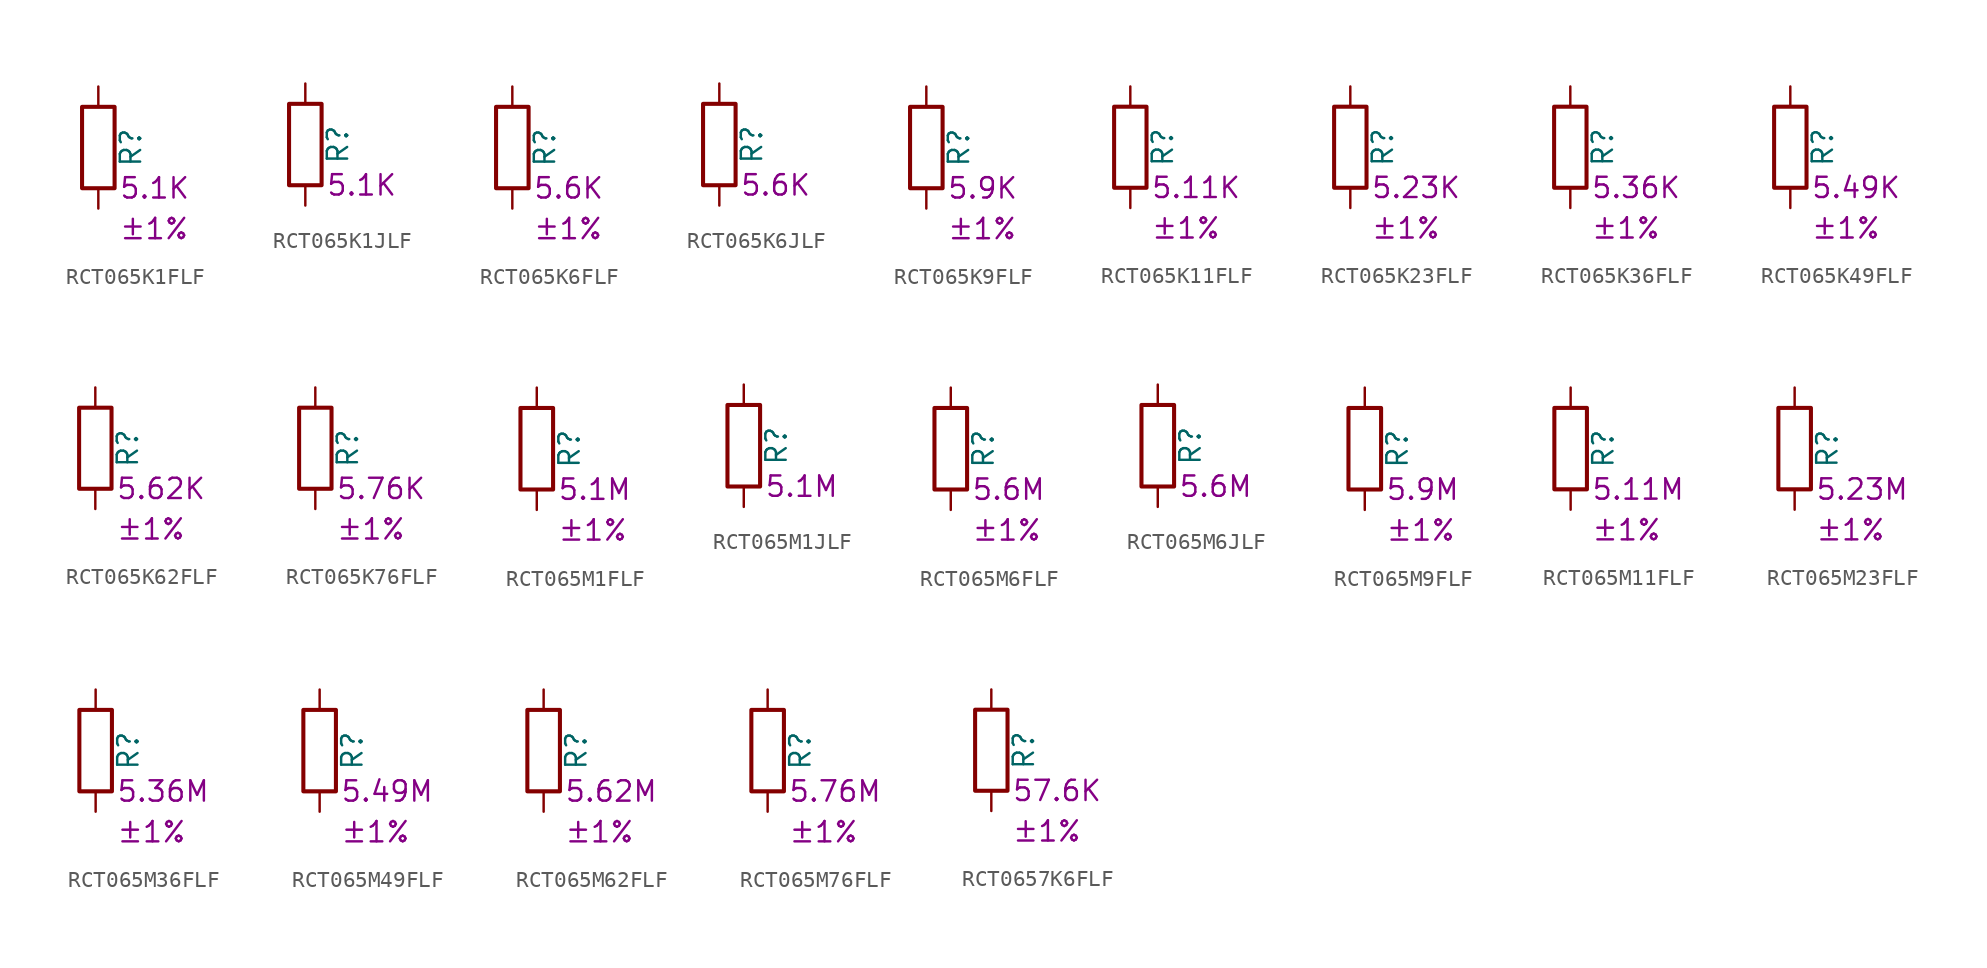
<source format=kicad_sym>
(kicad_symbol_lib
  (version 20220914)
  (generator kicad_symbol_editor)
  (symbol "RCT065K1FLF"
    (pin_numbers hide)
    (pin_names
      (offset 0))
    (property "Reference" "R"
      (at 2.032 0 90)
      (effects (font (size 1.27 1.27))))
    (property "Resistance" "5.1K"
      (at 1.27 -2.54 0)
      (effects (font (size 1.27 1.27)) (justify left)))
    (property "Tolerance" "±1%"
      (at 1.27 -5.08 0)
      (effects (font (size 1.27 1.27)) (justify left)))
    (symbol "RCT065K1FLF_0_1"
      (rectangle (start -1.016 -2.54) (end 1.016 2.54) (stroke (width 0.254) (type default)) (fill (type none))))
    (symbol "RCT065K1FLF_1_1"
      (pin passive line (at 0 3.81 270) (length 1.27) (name "~" (effects (font (size 1.27 1.27)))) (number "1" (effects (font (size 1.27 1.27)))))
      (pin passive line (at 0 -3.81 90) (length 1.27) (name "~" (effects (font (size 1.27 1.27)))) (number "2" (effects (font (size 1.27 1.27)))))))
  (symbol "RCT065K1JLF"
    (pin_numbers hide)
    (pin_names
      (offset 0))
    (property "Reference" "R"
      (at 2.032 0 90)
      (effects (font (size 1.27 1.27))))
    (property "Resistance" "5.1K"
      (at 1.27 -2.54 0)
      (effects (font (size 1.27 1.27)) (justify left)))
    (symbol "RCT065K1JLF_0_1"
      (rectangle (start -1.016 -2.54) (end 1.016 2.54) (stroke (width 0.254) (type default)) (fill (type none))))
    (symbol "RCT065K1JLF_1_1"
      (pin passive line (at 0 3.81 270) (length 1.27) (name "~" (effects (font (size 1.27 1.27)))) (number "1" (effects (font (size 1.27 1.27)))))
      (pin passive line (at 0 -3.81 90) (length 1.27) (name "~" (effects (font (size 1.27 1.27)))) (number "2" (effects (font (size 1.27 1.27)))))))
  (symbol "RCT065K6FLF"
    (pin_numbers hide)
    (pin_names
      (offset 0))
    (property "Reference" "R"
      (at 2.032 0 90)
      (effects (font (size 1.27 1.27))))
    (property "Resistance" "5.6K"
      (at 1.27 -2.54 0)
      (effects (font (size 1.27 1.27)) (justify left)))
    (property "Tolerance" "±1%"
      (at 1.27 -5.08 0)
      (effects (font (size 1.27 1.27)) (justify left)))
    (symbol "RCT065K6FLF_0_1"
      (rectangle (start -1.016 -2.54) (end 1.016 2.54) (stroke (width 0.254) (type default)) (fill (type none))))
    (symbol "RCT065K6FLF_1_1"
      (pin passive line (at 0 3.81 270) (length 1.27) (name "~" (effects (font (size 1.27 1.27)))) (number "1" (effects (font (size 1.27 1.27)))))
      (pin passive line (at 0 -3.81 90) (length 1.27) (name "~" (effects (font (size 1.27 1.27)))) (number "2" (effects (font (size 1.27 1.27)))))))
  (symbol "RCT065K6JLF"
    (pin_numbers hide)
    (pin_names
      (offset 0))
    (property "Reference" "R"
      (at 2.032 0 90)
      (effects (font (size 1.27 1.27))))
    (property "Resistance" "5.6K"
      (at 1.27 -2.54 0)
      (effects (font (size 1.27 1.27)) (justify left)))
    (symbol "RCT065K6JLF_0_1"
      (rectangle (start -1.016 -2.54) (end 1.016 2.54) (stroke (width 0.254) (type default)) (fill (type none))))
    (symbol "RCT065K6JLF_1_1"
      (pin passive line (at 0 3.81 270) (length 1.27) (name "~" (effects (font (size 1.27 1.27)))) (number "1" (effects (font (size 1.27 1.27)))))
      (pin passive line (at 0 -3.81 90) (length 1.27) (name "~" (effects (font (size 1.27 1.27)))) (number "2" (effects (font (size 1.27 1.27)))))))
  (symbol "RCT065K9FLF"
    (pin_numbers hide)
    (pin_names
      (offset 0))
    (property "Reference" "R"
      (at 2.032 0 90)
      (effects (font (size 1.27 1.27))))
    (property "Resistance" "5.9K"
      (at 1.27 -2.54 0)
      (effects (font (size 1.27 1.27)) (justify left)))
    (property "Tolerance" "±1%"
      (at 1.27 -5.08 0)
      (effects (font (size 1.27 1.27)) (justify left)))
    (symbol "RCT065K9FLF_0_1"
      (rectangle (start -1.016 -2.54) (end 1.016 2.54) (stroke (width 0.254) (type default)) (fill (type none))))
    (symbol "RCT065K9FLF_1_1"
      (pin passive line (at 0 3.81 270) (length 1.27) (name "~" (effects (font (size 1.27 1.27)))) (number "1" (effects (font (size 1.27 1.27)))))
      (pin passive line (at 0 -3.81 90) (length 1.27) (name "~" (effects (font (size 1.27 1.27)))) (number "2" (effects (font (size 1.27 1.27)))))))
  (symbol "RCT065K11FLF"
    (pin_numbers hide)
    (pin_names
      (offset 0))
    (property "Reference" "R"
      (at 2.032 0 90)
      (effects (font (size 1.27 1.27))))
    (property "Resistance" "5.11K"
      (at 1.27 -2.54 0)
      (effects (font (size 1.27 1.27)) (justify left)))
    (property "Tolerance" "±1%"
      (at 1.27 -5.08 0)
      (effects (font (size 1.27 1.27)) (justify left)))
    (symbol "RCT065K11FLF_0_1"
      (rectangle (start -1.016 -2.54) (end 1.016 2.54) (stroke (width 0.254) (type default)) (fill (type none))))
    (symbol "RCT065K11FLF_1_1"
      (pin passive line (at 0 3.81 270) (length 1.27) (name "~" (effects (font (size 1.27 1.27)))) (number "1" (effects (font (size 1.27 1.27)))))
      (pin passive line (at 0 -3.81 90) (length 1.27) (name "~" (effects (font (size 1.27 1.27)))) (number "2" (effects (font (size 1.27 1.27)))))))
  (symbol "RCT065K23FLF"
    (pin_numbers hide)
    (pin_names
      (offset 0))
    (property "Reference" "R"
      (at 2.032 0 90)
      (effects (font (size 1.27 1.27))))
    (property "Resistance" "5.23K"
      (at 1.27 -2.54 0)
      (effects (font (size 1.27 1.27)) (justify left)))
    (property "Tolerance" "±1%"
      (at 1.27 -5.08 0)
      (effects (font (size 1.27 1.27)) (justify left)))
    (symbol "RCT065K23FLF_0_1"
      (rectangle (start -1.016 -2.54) (end 1.016 2.54) (stroke (width 0.254) (type default)) (fill (type none))))
    (symbol "RCT065K23FLF_1_1"
      (pin passive line (at 0 3.81 270) (length 1.27) (name "~" (effects (font (size 1.27 1.27)))) (number "1" (effects (font (size 1.27 1.27)))))
      (pin passive line (at 0 -3.81 90) (length 1.27) (name "~" (effects (font (size 1.27 1.27)))) (number "2" (effects (font (size 1.27 1.27)))))))
  (symbol "RCT065K36FLF"
    (pin_numbers hide)
    (pin_names
      (offset 0))
    (property "Reference" "R"
      (at 2.032 0 90)
      (effects (font (size 1.27 1.27))))
    (property "Resistance" "5.36K"
      (at 1.27 -2.54 0)
      (effects (font (size 1.27 1.27)) (justify left)))
    (property "Tolerance" "±1%"
      (at 1.27 -5.08 0)
      (effects (font (size 1.27 1.27)) (justify left)))
    (symbol "RCT065K36FLF_0_1"
      (rectangle (start -1.016 -2.54) (end 1.016 2.54) (stroke (width 0.254) (type default)) (fill (type none))))
    (symbol "RCT065K36FLF_1_1"
      (pin passive line (at 0 3.81 270) (length 1.27) (name "~" (effects (font (size 1.27 1.27)))) (number "1" (effects (font (size 1.27 1.27)))))
      (pin passive line (at 0 -3.81 90) (length 1.27) (name "~" (effects (font (size 1.27 1.27)))) (number "2" (effects (font (size 1.27 1.27)))))))
  (symbol "RCT065K49FLF"
    (pin_numbers hide)
    (pin_names
      (offset 0))
    (property "Reference" "R"
      (at 2.032 0 90)
      (effects (font (size 1.27 1.27))))
    (property "Resistance" "5.49K"
      (at 1.27 -2.54 0)
      (effects (font (size 1.27 1.27)) (justify left)))
    (property "Tolerance" "±1%"
      (at 1.27 -5.08 0)
      (effects (font (size 1.27 1.27)) (justify left)))
    (symbol "RCT065K49FLF_0_1"
      (rectangle (start -1.016 -2.54) (end 1.016 2.54) (stroke (width 0.254) (type default)) (fill (type none))))
    (symbol "RCT065K49FLF_1_1"
      (pin passive line (at 0 3.81 270) (length 1.27) (name "~" (effects (font (size 1.27 1.27)))) (number "1" (effects (font (size 1.27 1.27)))))
      (pin passive line (at 0 -3.81 90) (length 1.27) (name "~" (effects (font (size 1.27 1.27)))) (number "2" (effects (font (size 1.27 1.27)))))))
  (symbol "RCT065K62FLF"
    (pin_numbers hide)
    (pin_names
      (offset 0))
    (property "Reference" "R"
      (at 2.032 0 90)
      (effects (font (size 1.27 1.27))))
    (property "Resistance" "5.62K"
      (at 1.27 -2.54 0)
      (effects (font (size 1.27 1.27)) (justify left)))
    (property "Tolerance" "±1%"
      (at 1.27 -5.08 0)
      (effects (font (size 1.27 1.27)) (justify left)))
    (symbol "RCT065K62FLF_0_1"
      (rectangle (start -1.016 -2.54) (end 1.016 2.54) (stroke (width 0.254) (type default)) (fill (type none))))
    (symbol "RCT065K62FLF_1_1"
      (pin passive line (at 0 3.81 270) (length 1.27) (name "~" (effects (font (size 1.27 1.27)))) (number "1" (effects (font (size 1.27 1.27)))))
      (pin passive line (at 0 -3.81 90) (length 1.27) (name "~" (effects (font (size 1.27 1.27)))) (number "2" (effects (font (size 1.27 1.27)))))))
  (symbol "RCT065K76FLF"
    (pin_numbers hide)
    (pin_names
      (offset 0))
    (property "Reference" "R"
      (at 2.032 0 90)
      (effects (font (size 1.27 1.27))))
    (property "Resistance" "5.76K"
      (at 1.27 -2.54 0)
      (effects (font (size 1.27 1.27)) (justify left)))
    (property "Tolerance" "±1%"
      (at 1.27 -5.08 0)
      (effects (font (size 1.27 1.27)) (justify left)))
    (symbol "RCT065K76FLF_0_1"
      (rectangle (start -1.016 -2.54) (end 1.016 2.54) (stroke (width 0.254) (type default)) (fill (type none))))
    (symbol "RCT065K76FLF_1_1"
      (pin passive line (at 0 3.81 270) (length 1.27) (name "~" (effects (font (size 1.27 1.27)))) (number "1" (effects (font (size 1.27 1.27)))))
      (pin passive line (at 0 -3.81 90) (length 1.27) (name "~" (effects (font (size 1.27 1.27)))) (number "2" (effects (font (size 1.27 1.27)))))))
  (symbol "RCT065M1FLF"
    (pin_numbers hide)
    (pin_names
      (offset 0))
    (property "Reference" "R"
      (at 2.032 0 90)
      (effects (font (size 1.27 1.27))))
    (property "Resistance" "5.1M"
      (at 1.27 -2.54 0)
      (effects (font (size 1.27 1.27)) (justify left)))
    (property "Tolerance" "±1%"
      (at 1.27 -5.08 0)
      (effects (font (size 1.27 1.27)) (justify left)))
    (symbol "RCT065M1FLF_0_1"
      (rectangle (start -1.016 -2.54) (end 1.016 2.54) (stroke (width 0.254) (type default)) (fill (type none))))
    (symbol "RCT065M1FLF_1_1"
      (pin passive line (at 0 3.81 270) (length 1.27) (name "~" (effects (font (size 1.27 1.27)))) (number "1" (effects (font (size 1.27 1.27)))))
      (pin passive line (at 0 -3.81 90) (length 1.27) (name "~" (effects (font (size 1.27 1.27)))) (number "2" (effects (font (size 1.27 1.27)))))))
  (symbol "RCT065M1JLF"
    (pin_numbers hide)
    (pin_names
      (offset 0))
    (property "Reference" "R"
      (at 2.032 0 90)
      (effects (font (size 1.27 1.27))))
    (property "Resistance" "5.1M"
      (at 1.27 -2.54 0)
      (effects (font (size 1.27 1.27)) (justify left)))
    (symbol "RCT065M1JLF_0_1"
      (rectangle (start -1.016 -2.54) (end 1.016 2.54) (stroke (width 0.254) (type default)) (fill (type none))))
    (symbol "RCT065M1JLF_1_1"
      (pin passive line (at 0 3.81 270) (length 1.27) (name "~" (effects (font (size 1.27 1.27)))) (number "1" (effects (font (size 1.27 1.27)))))
      (pin passive line (at 0 -3.81 90) (length 1.27) (name "~" (effects (font (size 1.27 1.27)))) (number "2" (effects (font (size 1.27 1.27)))))))
  (symbol "RCT065M6FLF"
    (pin_numbers hide)
    (pin_names
      (offset 0))
    (property "Reference" "R"
      (at 2.032 0 90)
      (effects (font (size 1.27 1.27))))
    (property "Resistance" "5.6M"
      (at 1.27 -2.54 0)
      (effects (font (size 1.27 1.27)) (justify left)))
    (property "Tolerance" "±1%"
      (at 1.27 -5.08 0)
      (effects (font (size 1.27 1.27)) (justify left)))
    (symbol "RCT065M6FLF_0_1"
      (rectangle (start -1.016 -2.54) (end 1.016 2.54) (stroke (width 0.254) (type default)) (fill (type none))))
    (symbol "RCT065M6FLF_1_1"
      (pin passive line (at 0 3.81 270) (length 1.27) (name "~" (effects (font (size 1.27 1.27)))) (number "1" (effects (font (size 1.27 1.27)))))
      (pin passive line (at 0 -3.81 90) (length 1.27) (name "~" (effects (font (size 1.27 1.27)))) (number "2" (effects (font (size 1.27 1.27)))))))
  (symbol "RCT065M6JLF"
    (pin_numbers hide)
    (pin_names
      (offset 0))
    (property "Reference" "R"
      (at 2.032 0 90)
      (effects (font (size 1.27 1.27))))
    (property "Resistance" "5.6M"
      (at 1.27 -2.54 0)
      (effects (font (size 1.27 1.27)) (justify left)))
    (symbol "RCT065M6JLF_0_1"
      (rectangle (start -1.016 -2.54) (end 1.016 2.54) (stroke (width 0.254) (type default)) (fill (type none))))
    (symbol "RCT065M6JLF_1_1"
      (pin passive line (at 0 3.81 270) (length 1.27) (name "~" (effects (font (size 1.27 1.27)))) (number "1" (effects (font (size 1.27 1.27)))))
      (pin passive line (at 0 -3.81 90) (length 1.27) (name "~" (effects (font (size 1.27 1.27)))) (number "2" (effects (font (size 1.27 1.27)))))))
  (symbol "RCT065M9FLF"
    (pin_numbers hide)
    (pin_names
      (offset 0))
    (property "Reference" "R"
      (at 2.032 0 90)
      (effects (font (size 1.27 1.27))))
    (property "Resistance" "5.9M"
      (at 1.27 -2.54 0)
      (effects (font (size 1.27 1.27)) (justify left)))
    (property "Tolerance" "±1%"
      (at 1.27 -5.08 0)
      (effects (font (size 1.27 1.27)) (justify left)))
    (symbol "RCT065M9FLF_0_1"
      (rectangle (start -1.016 -2.54) (end 1.016 2.54) (stroke (width 0.254) (type default)) (fill (type none))))
    (symbol "RCT065M9FLF_1_1"
      (pin passive line (at 0 3.81 270) (length 1.27) (name "~" (effects (font (size 1.27 1.27)))) (number "1" (effects (font (size 1.27 1.27)))))
      (pin passive line (at 0 -3.81 90) (length 1.27) (name "~" (effects (font (size 1.27 1.27)))) (number "2" (effects (font (size 1.27 1.27)))))))
  (symbol "RCT065M11FLF"
    (pin_numbers hide)
    (pin_names
      (offset 0))
    (property "Reference" "R"
      (at 2.032 0 90)
      (effects (font (size 1.27 1.27))))
    (property "Resistance" "5.11M"
      (at 1.27 -2.54 0)
      (effects (font (size 1.27 1.27)) (justify left)))
    (property "Tolerance" "±1%"
      (at 1.27 -5.08 0)
      (effects (font (size 1.27 1.27)) (justify left)))
    (symbol "RCT065M11FLF_0_1"
      (rectangle (start -1.016 -2.54) (end 1.016 2.54) (stroke (width 0.254) (type default)) (fill (type none))))
    (symbol "RCT065M11FLF_1_1"
      (pin passive line (at 0 3.81 270) (length 1.27) (name "~" (effects (font (size 1.27 1.27)))) (number "1" (effects (font (size 1.27 1.27)))))
      (pin passive line (at 0 -3.81 90) (length 1.27) (name "~" (effects (font (size 1.27 1.27)))) (number "2" (effects (font (size 1.27 1.27)))))))
  (symbol "RCT065M23FLF"
    (pin_numbers hide)
    (pin_names
      (offset 0))
    (property "Reference" "R"
      (at 2.032 0 90)
      (effects (font (size 1.27 1.27))))
    (property "Resistance" "5.23M"
      (at 1.27 -2.54 0)
      (effects (font (size 1.27 1.27)) (justify left)))
    (property "Tolerance" "±1%"
      (at 1.27 -5.08 0)
      (effects (font (size 1.27 1.27)) (justify left)))
    (symbol "RCT065M23FLF_0_1"
      (rectangle (start -1.016 -2.54) (end 1.016 2.54) (stroke (width 0.254) (type default)) (fill (type none))))
    (symbol "RCT065M23FLF_1_1"
      (pin passive line (at 0 3.81 270) (length 1.27) (name "~" (effects (font (size 1.27 1.27)))) (number "1" (effects (font (size 1.27 1.27)))))
      (pin passive line (at 0 -3.81 90) (length 1.27) (name "~" (effects (font (size 1.27 1.27)))) (number "2" (effects (font (size 1.27 1.27)))))))
  (symbol "RCT065M36FLF"
    (pin_numbers hide)
    (pin_names
      (offset 0))
    (property "Reference" "R"
      (at 2.032 0 90)
      (effects (font (size 1.27 1.27))))
    (property "Resistance" "5.36M"
      (at 1.27 -2.54 0)
      (effects (font (size 1.27 1.27)) (justify left)))
    (property "Tolerance" "±1%"
      (at 1.27 -5.08 0)
      (effects (font (size 1.27 1.27)) (justify left)))
    (symbol "RCT065M36FLF_0_1"
      (rectangle (start -1.016 -2.54) (end 1.016 2.54) (stroke (width 0.254) (type default)) (fill (type none))))
    (symbol "RCT065M36FLF_1_1"
      (pin passive line (at 0 3.81 270) (length 1.27) (name "~" (effects (font (size 1.27 1.27)))) (number "1" (effects (font (size 1.27 1.27)))))
      (pin passive line (at 0 -3.81 90) (length 1.27) (name "~" (effects (font (size 1.27 1.27)))) (number "2" (effects (font (size 1.27 1.27)))))))
  (symbol "RCT065M49FLF"
    (pin_numbers hide)
    (pin_names
      (offset 0))
    (property "Reference" "R"
      (at 2.032 0 90)
      (effects (font (size 1.27 1.27))))
    (property "Resistance" "5.49M"
      (at 1.27 -2.54 0)
      (effects (font (size 1.27 1.27)) (justify left)))
    (property "Tolerance" "±1%"
      (at 1.27 -5.08 0)
      (effects (font (size 1.27 1.27)) (justify left)))
    (symbol "RCT065M49FLF_0_1"
      (rectangle (start -1.016 -2.54) (end 1.016 2.54) (stroke (width 0.254) (type default)) (fill (type none))))
    (symbol "RCT065M49FLF_1_1"
      (pin passive line (at 0 3.81 270) (length 1.27) (name "~" (effects (font (size 1.27 1.27)))) (number "1" (effects (font (size 1.27 1.27)))))
      (pin passive line (at 0 -3.81 90) (length 1.27) (name "~" (effects (font (size 1.27 1.27)))) (number "2" (effects (font (size 1.27 1.27)))))))
  (symbol "RCT065M62FLF"
    (pin_numbers hide)
    (pin_names
      (offset 0))
    (property "Reference" "R"
      (at 2.032 0 90)
      (effects (font (size 1.27 1.27))))
    (property "Resistance" "5.62M"
      (at 1.27 -2.54 0)
      (effects (font (size 1.27 1.27)) (justify left)))
    (property "Tolerance" "±1%"
      (at 1.27 -5.08 0)
      (effects (font (size 1.27 1.27)) (justify left)))
    (symbol "RCT065M62FLF_0_1"
      (rectangle (start -1.016 -2.54) (end 1.016 2.54) (stroke (width 0.254) (type default)) (fill (type none))))
    (symbol "RCT065M62FLF_1_1"
      (pin passive line (at 0 3.81 270) (length 1.27) (name "~" (effects (font (size 1.27 1.27)))) (number "1" (effects (font (size 1.27 1.27)))))
      (pin passive line (at 0 -3.81 90) (length 1.27) (name "~" (effects (font (size 1.27 1.27)))) (number "2" (effects (font (size 1.27 1.27)))))))
  (symbol "RCT065M76FLF"
    (pin_numbers hide)
    (pin_names
      (offset 0))
    (property "Reference" "R"
      (at 2.032 0 90)
      (effects (font (size 1.27 1.27))))
    (property "Resistance" "5.76M"
      (at 1.27 -2.54 0)
      (effects (font (size 1.27 1.27)) (justify left)))
    (property "Tolerance" "±1%"
      (at 1.27 -5.08 0)
      (effects (font (size 1.27 1.27)) (justify left)))
    (symbol "RCT065M76FLF_0_1"
      (rectangle (start -1.016 -2.54) (end 1.016 2.54) (stroke (width 0.254) (type default)) (fill (type none))))
    (symbol "RCT065M76FLF_1_1"
      (pin passive line (at 0 3.81 270) (length 1.27) (name "~" (effects (font (size 1.27 1.27)))) (number "1" (effects (font (size 1.27 1.27)))))
      (pin passive line (at 0 -3.81 90) (length 1.27) (name "~" (effects (font (size 1.27 1.27)))) (number "2" (effects (font (size 1.27 1.27)))))))
  (symbol "RCT0657K6FLF"
    (pin_numbers hide)
    (pin_names
      (offset 0))
    (property "Reference" "R"
      (at 2.032 0 90)
      (effects (font (size 1.27 1.27))))
    (property "Resistance" "57.6K"
      (at 1.27 -2.54 0)
      (effects (font (size 1.27 1.27)) (justify left)))
    (property "Tolerance" "±1%"
      (at 1.27 -5.08 0)
      (effects (font (size 1.27 1.27)) (justify left)))
    (symbol "RCT0657K6FLF_0_1"
      (rectangle (start -1.016 -2.54) (end 1.016 2.54) (stroke (width 0.254) (type default)) (fill (type none))))
    (symbol "RCT0657K6FLF_1_1"
      (pin passive line (at 0 3.81 270) (length 1.27) (name "~" (effects (font (size 1.27 1.27)))) (number "1" (effects (font (size 1.27 1.27)))))
      (pin passive line (at 0 -3.81 90) (length 1.27) (name "~" (effects (font (size 1.27 1.27)))) (number "2" (effects (font (size 1.27 1.27))))))))
</source>
